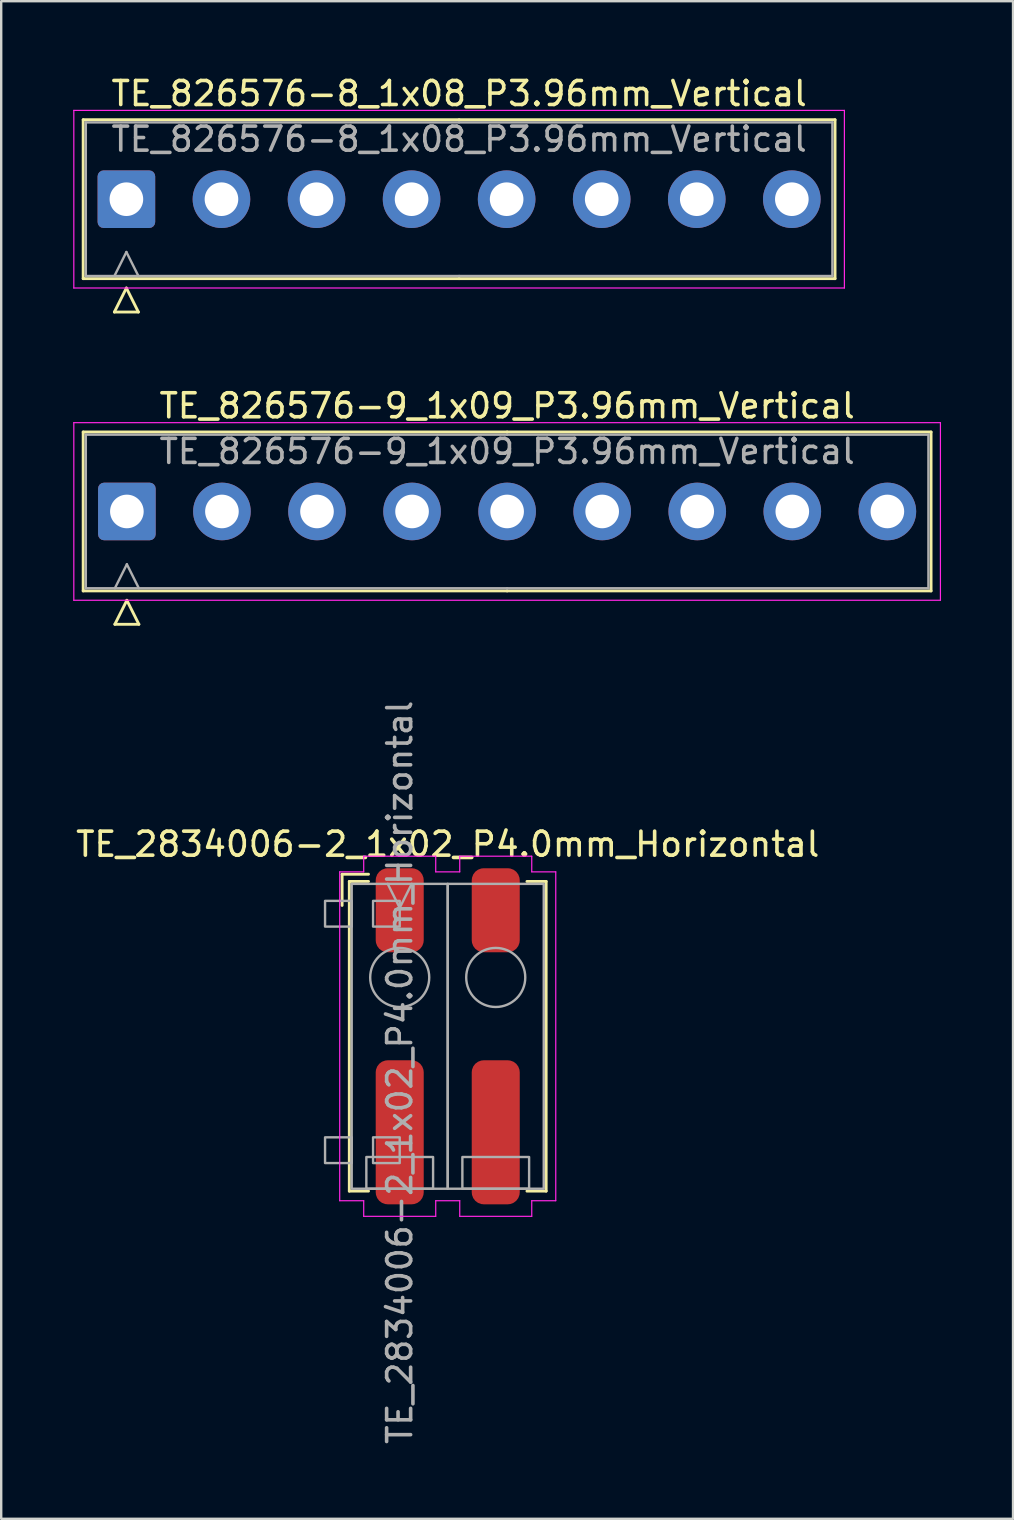
<source format=kicad_pcb>
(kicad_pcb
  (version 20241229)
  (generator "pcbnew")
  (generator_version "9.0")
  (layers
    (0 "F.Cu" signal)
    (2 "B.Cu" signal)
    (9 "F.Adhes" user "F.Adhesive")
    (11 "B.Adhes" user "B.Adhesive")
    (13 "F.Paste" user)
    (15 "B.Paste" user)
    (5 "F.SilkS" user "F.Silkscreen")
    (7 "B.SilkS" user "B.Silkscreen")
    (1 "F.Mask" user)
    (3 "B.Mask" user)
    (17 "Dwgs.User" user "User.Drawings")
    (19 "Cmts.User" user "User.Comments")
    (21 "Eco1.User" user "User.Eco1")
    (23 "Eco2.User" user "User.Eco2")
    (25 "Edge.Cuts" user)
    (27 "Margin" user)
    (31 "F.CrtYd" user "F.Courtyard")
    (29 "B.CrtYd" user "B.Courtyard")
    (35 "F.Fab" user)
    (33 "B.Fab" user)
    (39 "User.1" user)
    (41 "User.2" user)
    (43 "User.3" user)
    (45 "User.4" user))
  (footprint "TE_2834006-2_1x02_P4.0mm_Horizontal"
    (layer "F.Cu")
    (at 15.601 40.118)
    (property "Reference" "TE_2834006-2_1x02_P4.0mm_Horizontal" (at 0 -8 0) (unlocked yes) (layer "F.SilkS") (effects (font (size 1 1) (thickness 0.15))))
    (attr smd)
    (fp_line (start -4.4 -6.75) (end -4.4 -5.45) (stroke (width 0.12) (type solid)) (layer "F.SilkS"))
    (fp_line (start -4.1 -6.45) (end -3.3 -6.45) (stroke (width 0.12) (type solid)) (layer "F.SilkS"))
    (fp_line (start -4.1 6.45) (end -4.1 -6.45) (stroke (width 0.12) (type solid)) (layer "F.SilkS"))
    (fp_line (start -4.1 6.45) (end -3.3 6.45) (stroke (width 0.12) (type solid)) (layer "F.SilkS"))
    (fp_line (start -3.3 -6.75) (end -4.4 -6.75) (stroke (width 0.12) (type solid)) (layer "F.SilkS"))
    (fp_line (start 4.1 -6.45) (end 3.3 -6.45) (stroke (width 0.12) (type solid)) (layer "F.SilkS"))
    (fp_line (start 4.1 -6.45) (end 4.1 6.45) (stroke (width 0.12) (type solid)) (layer "F.SilkS"))
    (fp_line (start 4.1 6.45) (end 3.3 6.45) (stroke (width 0.12) (type solid)) (layer "F.SilkS"))
    (fp_line (start -4.5 -6.85) (end -4.5 6.85) (stroke (width 0.05) (type solid)) (layer "F.CrtYd"))
    (fp_line (start -4.5 -6.85) (end -3.5 -6.85) (stroke (width 0.05) (type solid)) (layer "F.CrtYd"))
    (fp_line (start -3.5 -7.5) (end -0.5 -7.5) (stroke (width 0.05) (type solid)) (layer "F.CrtYd"))
    (fp_line (start -3.5 -6.85) (end -3.5 -7.5) (stroke (width 0.05) (type solid)) (layer "F.CrtYd"))
    (fp_line (start -3.5 6.85) (end -4.5 6.85) (stroke (width 0.05) (type solid)) (layer "F.CrtYd"))
    (fp_line (start -3.5 7.5) (end -3.5 6.85) (stroke (width 0.05) (type solid)) (layer "F.CrtYd"))
    (fp_line (start -0.5 -7.5) (end -0.5 -6.85) (stroke (width 0.05) (type solid)) (layer "F.CrtYd"))
    (fp_line (start -0.5 -6.85) (end 0.5 -6.85) (stroke (width 0.05) (type solid)) (layer "F.CrtYd"))
    (fp_line (start -0.5 6.85) (end -0.5 7.5) (stroke (width 0.05) (type solid)) (layer "F.CrtYd"))
    (fp_line (start -0.5 7.5) (end -3.5 7.5) (stroke (width 0.05) (type solid)) (layer "F.CrtYd"))
    (fp_line (start 0.5 -7.5) (end 3.5 -7.5) (stroke (width 0.05) (type solid)) (layer "F.CrtYd"))
    (fp_line (start 0.5 -6.85) (end 0.5 -7.5) (stroke (width 0.05) (type solid)) (layer "F.CrtYd"))
    (fp_line (start 0.5 6.85) (end -0.5 6.85) (stroke (width 0.05) (type solid)) (layer "F.CrtYd"))
    (fp_line (start 0.5 7.5) (end 0.5 6.85) (stroke (width 0.05) (type solid)) (layer "F.CrtYd"))
    (fp_line (start 3.5 -7.5) (end 3.5 -6.85) (stroke (width 0.05) (type solid)) (layer "F.CrtYd"))
    (fp_line (start 3.5 -6.85) (end 4.5 -6.85) (stroke (width 0.05) (type solid)) (layer "F.CrtYd"))
    (fp_line (start 3.5 6.85) (end 3.5 7.5) (stroke (width 0.05) (type solid)) (layer "F.CrtYd"))
    (fp_line (start 3.5 7.5) (end 0.5 7.5) (stroke (width 0.05) (type solid)) (layer "F.CrtYd"))
    (fp_line (start 4.5 -6.85) (end 4.5 6.85) (stroke (width 0.05) (type solid)) (layer "F.CrtYd"))
    (fp_line (start 4.5 6.85) (end 3.5 6.85) (stroke (width 0.05) (type solid)) (layer "F.CrtYd"))
    (fp_line (start -2 -5.35) (end -2.5 -6.35) (stroke (width 0.1) (type solid)) (layer "F.Fab"))
    (fp_line (start -1.5 -6.35) (end -2 -5.35) (stroke (width 0.1) (type solid)) (layer "F.Fab"))
    (fp_rect (start -5.11 -5.64) (end -4 -4.569) (stroke (width 0.1) (type solid)) (fill no) (layer "F.Fab"))
    (fp_rect (start -5.11 4.21) (end -4 5.282) (stroke (width 0.1) (type solid)) (fill no) (layer "F.Fab"))
    (fp_rect (start -4 -6.35) (end 0 6.35) (stroke (width 0.1) (type solid)) (fill no) (layer "F.Fab"))
    (fp_rect (start -3.39 5.03) (end -0.61 6.35) (stroke (width 0.1) (type solid)) (fill no) (layer "F.Fab"))
    (fp_rect (start -3.11 -5.64) (end -2 -4.569) (stroke (width 0.1) (type solid)) (fill no) (layer "F.Fab"))
    (fp_rect (start -3.11 4.21) (end -2 5.282) (stroke (width 0.1) (type solid)) (fill no) (layer "F.Fab"))
    (fp_rect (start 0 -6.35) (end 4 6.35) (stroke (width 0.1) (type solid)) (fill no) (layer "F.Fab"))
    (fp_rect (start 0.61 5.03) (end 3.39 6.35) (stroke (width 0.1) (type solid)) (fill no) (layer "F.Fab"))
    (fp_circle (center -2 -2.45) (end -0.77 -2.45) (stroke (width 0.1) (type solid)) (fill no) (layer "F.Fab"))
    (fp_circle (center 2 -2.45) (end 3.23 -2.45) (stroke (width 0.1) (type solid)) (fill no) (layer "F.Fab"))
    (fp_text user "${REFERENCE}" (at -2 1.5 90) (unlocked yes) (layer "F.Fab") (effects (font (size 1 1) (thickness 0.15))))
    (pad "1" smd roundrect (at -2 -5.25) (size 2 3.5) (layers "F.Cu" "F.Mask" "F.Paste") (roundrect_rratio 0.25))
    (pad "1" smd roundrect (at -2 4) (size 2 6) (layers "F.Cu" "F.Mask" "F.Paste") (roundrect_rratio 0.25))
    (pad "2" smd roundrect (at 2 -5.25) (size 2 3.5) (layers "F.Cu" "F.Mask" "F.Paste") (roundrect_rratio 0.25))
    (pad "2" smd roundrect (at 2 4) (size 2 6) (layers "F.Cu" "F.Mask" "F.Paste") (roundrect_rratio 0.25)))
  (footprint "TE_826576-8_1x08_P3.96mm_Vertical"
    (layer "F.Cu")
    (at 2.215 5.248)
    (property "Reference" "TE_826576-8_1x08_P3.96mm_Vertical" (at 13.86 -4.4 0) (layer "F.SilkS") (effects (font (size 1 1) (thickness 0.15))))
    (attr through_hole)
    (fp_line (start -1.8 -3.31) (end -1.8 3.31) (stroke (width 0.12) (type solid)) (layer "F.SilkS"))
    (fp_line (start -1.8 3.31) (end 13.86 3.31) (stroke (width 0.12) (type solid)) (layer "F.SilkS"))
    (fp_line (start -0.5 4.7) (end 0 3.7) (stroke (width 0.12) (type solid)) (layer "F.SilkS"))
    (fp_line (start 0 3.7) (end 0.5 4.7) (stroke (width 0.12) (type solid)) (layer "F.SilkS"))
    (fp_line (start 0.5 4.7) (end -0.5 4.7) (stroke (width 0.12) (type solid)) (layer "F.SilkS"))
    (fp_line (start 13.86 -3.31) (end -1.8 -3.31) (stroke (width 0.12) (type solid)) (layer "F.SilkS"))
    (fp_line (start 13.86 -3.31) (end 29.52 -3.31) (stroke (width 0.12) (type solid)) (layer "F.SilkS"))
    (fp_line (start 29.52 -3.31) (end 29.52 3.31) (stroke (width 0.12) (type solid)) (layer "F.SilkS"))
    (fp_line (start 29.52 3.31) (end 13.86 3.31) (stroke (width 0.12) (type solid)) (layer "F.SilkS"))
    (fp_line (start -2.19 -3.7) (end -2.19 3.7) (stroke (width 0.05) (type solid)) (layer "F.CrtYd"))
    (fp_line (start -2.19 3.7) (end 29.91 3.7) (stroke (width 0.05) (type solid)) (layer "F.CrtYd"))
    (fp_line (start 29.91 -3.7) (end -2.19 -3.7) (stroke (width 0.05) (type solid)) (layer "F.CrtYd"))
    (fp_line (start 29.91 3.7) (end 29.91 -3.7) (stroke (width 0.05) (type solid)) (layer "F.CrtYd"))
    (fp_line (start -1.69 -3.2) (end -1.69 3.2) (stroke (width 0.1) (type solid)) (layer "F.Fab"))
    (fp_line (start -1.69 3.2) (end 13.86 3.2) (stroke (width 0.1) (type solid)) (layer "F.Fab"))
    (fp_line (start -0.5 3.2) (end 0 2.2) (stroke (width 0.1) (type solid)) (layer "F.Fab"))
    (fp_line (start 0 2.2) (end 0.5 3.2) (stroke (width 0.1) (type solid)) (layer "F.Fab"))
    (fp_line (start 13.86 -3.2) (end -1.69 -3.2) (stroke (width 0.1) (type solid)) (layer "F.Fab"))
    (fp_line (start 13.86 -3.2) (end 29.41 -3.2) (stroke (width 0.1) (type solid)) (layer "F.Fab"))
    (fp_line (start 29.41 -3.2) (end 29.41 3.2) (stroke (width 0.1) (type solid)) (layer "F.Fab"))
    (fp_line (start 29.41 3.2) (end 13.86 3.2) (stroke (width 0.1) (type solid)) (layer "F.Fab"))
    (fp_text user "${REFERENCE}" (at 13.86 -2.5 0) (layer "F.Fab") (effects (font (size 1 1) (thickness 0.15))))
    (pad "1" thru_hole roundrect (at 0 0) (size 2.4 2.4) (drill 1.4) (layers "*.Cu" "*.Mask") (roundrect_rratio 0.104))
    (pad "2" thru_hole circle (at 3.96 0) (size 2.4 2.4) (drill 1.4) (layers "*.Cu" "*.Mask"))
    (pad "3" thru_hole circle (at 7.92 0) (size 2.4 2.4) (drill 1.4) (layers "*.Cu" "*.Mask"))
    (pad "4" thru_hole circle (at 11.88 0) (size 2.4 2.4) (drill 1.4) (layers "*.Cu" "*.Mask"))
    (pad "5" thru_hole circle (at 15.84 0) (size 2.4 2.4) (drill 1.4) (layers "*.Cu" "*.Mask"))
    (pad "6" thru_hole circle (at 19.8 0) (size 2.4 2.4) (drill 1.4) (layers "*.Cu" "*.Mask"))
    (pad "7" thru_hole circle (at 23.76 0) (size 2.4 2.4) (drill 1.4) (layers "*.Cu" "*.Mask"))
    (pad "8" thru_hole circle (at 27.72 0) (size 2.4 2.4) (drill 1.4) (layers "*.Cu" "*.Mask")))
  (footprint "TE_826576-9_1x09_P3.96mm_Vertical"
    (layer "F.Cu")
    (at 2.235 18.256)
    (property "Reference" "TE_826576-9_1x09_P3.96mm_Vertical" (at 15.84 -4.4 0) (layer "F.SilkS") (effects (font (size 1 1) (thickness 0.15))))
    (attr through_hole)
    (fp_line (start -1.82 -3.31) (end -1.82 3.31) (stroke (width 0.12) (type solid)) (layer "F.SilkS"))
    (fp_line (start -1.82 3.31) (end 15.84 3.31) (stroke (width 0.12) (type solid)) (layer "F.SilkS"))
    (fp_line (start -0.5 4.7) (end 0 3.7) (stroke (width 0.12) (type solid)) (layer "F.SilkS"))
    (fp_line (start 0 3.7) (end 0.5 4.7) (stroke (width 0.12) (type solid)) (layer "F.SilkS"))
    (fp_line (start 0.5 4.7) (end -0.5 4.7) (stroke (width 0.12) (type solid)) (layer "F.SilkS"))
    (fp_line (start 15.84 -3.31) (end -1.82 -3.31) (stroke (width 0.12) (type solid)) (layer "F.SilkS"))
    (fp_line (start 15.84 -3.31) (end 33.5 -3.31) (stroke (width 0.12) (type solid)) (layer "F.SilkS"))
    (fp_line (start 33.5 -3.31) (end 33.5 3.31) (stroke (width 0.12) (type solid)) (layer "F.SilkS"))
    (fp_line (start 33.5 3.31) (end 15.84 3.31) (stroke (width 0.12) (type solid)) (layer "F.SilkS"))
    (fp_line (start -2.21 -3.7) (end -2.21 3.7) (stroke (width 0.05) (type solid)) (layer "F.CrtYd"))
    (fp_line (start -2.21 3.7) (end 33.89 3.7) (stroke (width 0.05) (type solid)) (layer "F.CrtYd"))
    (fp_line (start 33.89 -3.7) (end -2.21 -3.7) (stroke (width 0.05) (type solid)) (layer "F.CrtYd"))
    (fp_line (start 33.89 3.7) (end 33.89 -3.7) (stroke (width 0.05) (type solid)) (layer "F.CrtYd"))
    (fp_line (start -1.71 -3.2) (end -1.71 3.2) (stroke (width 0.1) (type solid)) (layer "F.Fab"))
    (fp_line (start -1.71 3.2) (end 15.84 3.2) (stroke (width 0.1) (type solid)) (layer "F.Fab"))
    (fp_line (start -0.5 3.2) (end 0 2.2) (stroke (width 0.1) (type solid)) (layer "F.Fab"))
    (fp_line (start 0 2.2) (end 0.5 3.2) (stroke (width 0.1) (type solid)) (layer "F.Fab"))
    (fp_line (start 15.84 -3.2) (end -1.71 -3.2) (stroke (width 0.1) (type solid)) (layer "F.Fab"))
    (fp_line (start 15.84 -3.2) (end 33.39 -3.2) (stroke (width 0.1) (type solid)) (layer "F.Fab"))
    (fp_line (start 33.39 -3.2) (end 33.39 3.2) (stroke (width 0.1) (type solid)) (layer "F.Fab"))
    (fp_line (start 33.39 3.2) (end 15.84 3.2) (stroke (width 0.1) (type solid)) (layer "F.Fab"))
    (fp_text user "${REFERENCE}" (at 15.84 -2.5 0) (layer "F.Fab") (effects (font (size 1 1) (thickness 0.15))))
    (pad "1" thru_hole roundrect (at 0 0) (size 2.4 2.4) (drill 1.4) (layers "*.Cu" "*.Mask") (roundrect_rratio 0.104))
    (pad "2" thru_hole circle (at 3.96 0) (size 2.4 2.4) (drill 1.4) (layers "*.Cu" "*.Mask"))
    (pad "3" thru_hole circle (at 7.92 0) (size 2.4 2.4) (drill 1.4) (layers "*.Cu" "*.Mask"))
    (pad "4" thru_hole circle (at 11.88 0) (size 2.4 2.4) (drill 1.4) (layers "*.Cu" "*.Mask"))
    (pad "5" thru_hole circle (at 15.84 0) (size 2.4 2.4) (drill 1.4) (layers "*.Cu" "*.Mask"))
    (pad "6" thru_hole circle (at 19.8 0) (size 2.4 2.4) (drill 1.4) (layers "*.Cu" "*.Mask"))
    (pad "7" thru_hole circle (at 23.76 0) (size 2.4 2.4) (drill 1.4) (layers "*.Cu" "*.Mask"))
    (pad "8" thru_hole circle (at 27.72 0) (size 2.4 2.4) (drill 1.4) (layers "*.Cu" "*.Mask"))
    (pad "9" thru_hole circle (at 31.68 0) (size 2.4 2.4) (drill 1.4) (layers "*.Cu" "*.Mask")))
  (gr_rect
    (start -3 -3)
    (end 39.15 60.219)
    (stroke (width 0.1) (type default))
    (fill no)
    (layer "Edge.Cuts")))
</source>
